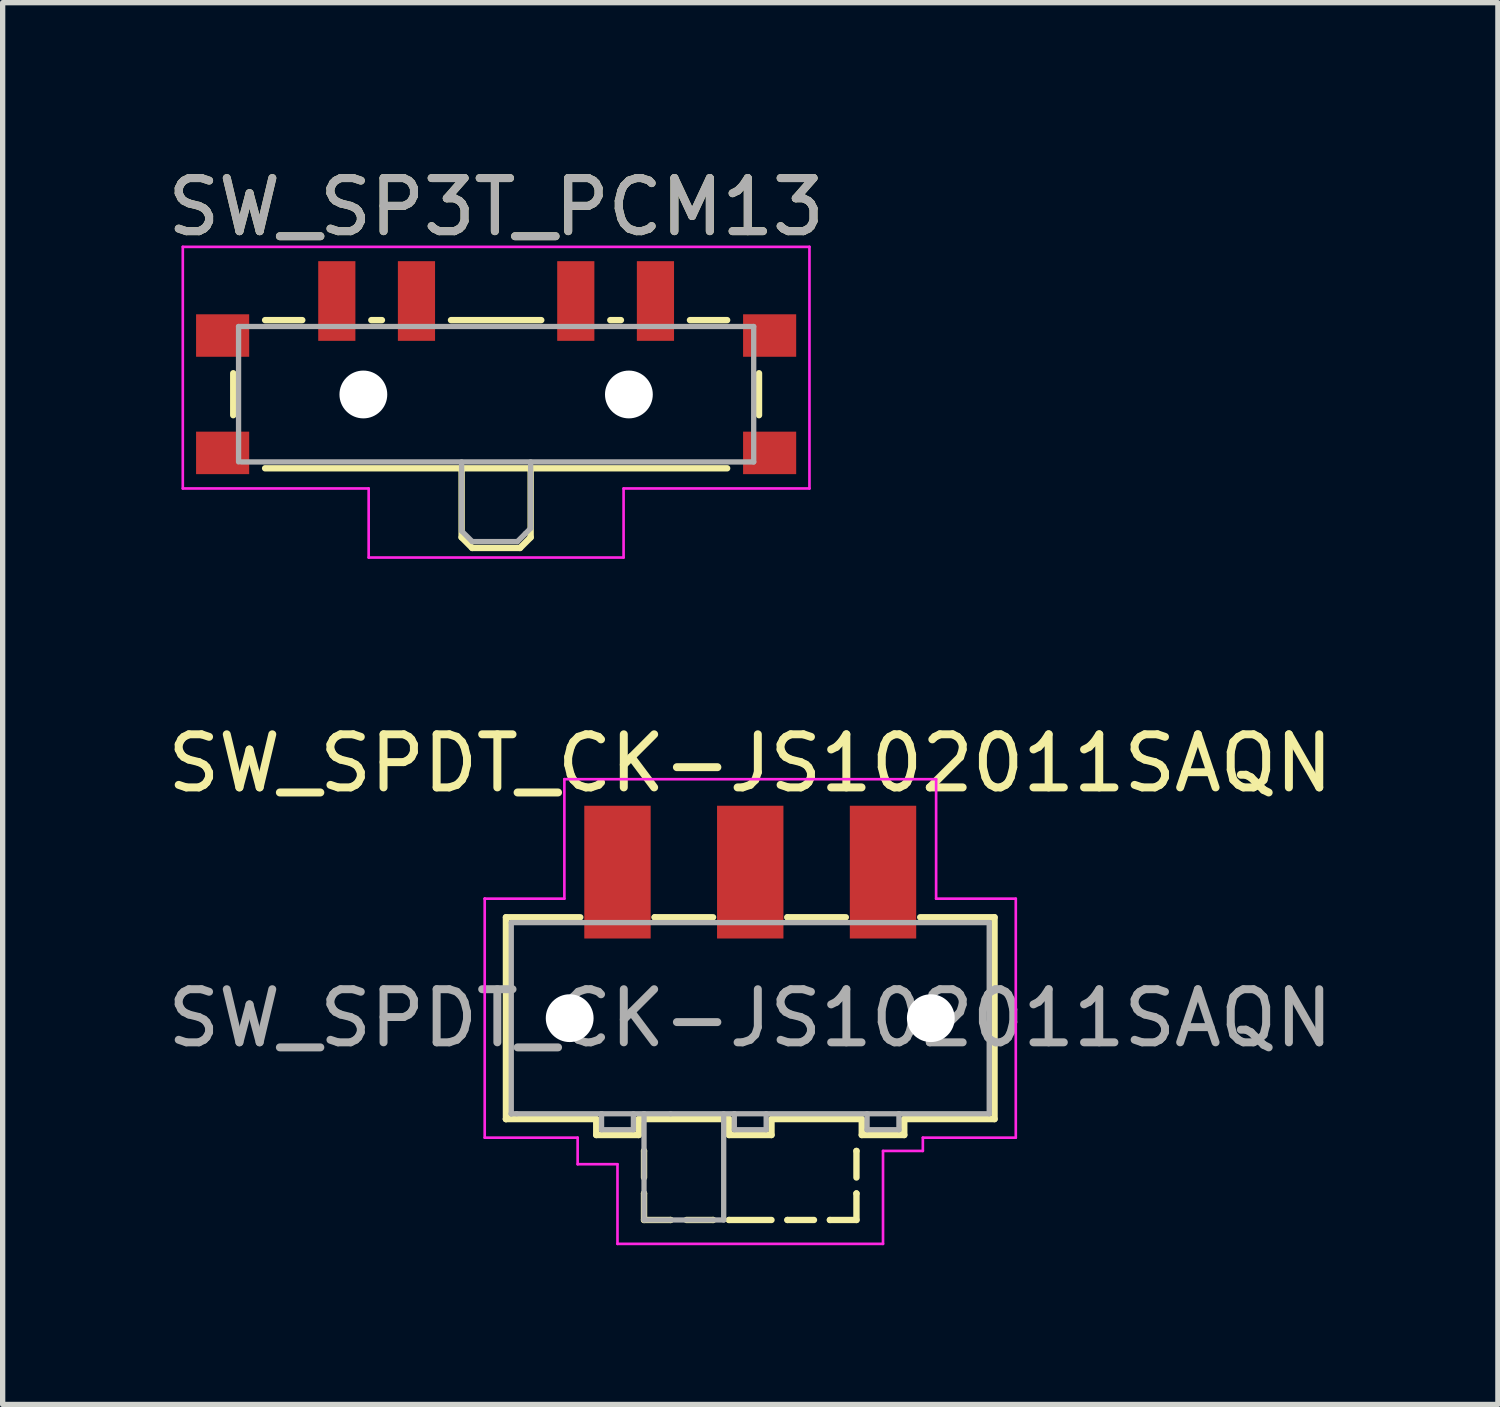
<source format=kicad_pcb>
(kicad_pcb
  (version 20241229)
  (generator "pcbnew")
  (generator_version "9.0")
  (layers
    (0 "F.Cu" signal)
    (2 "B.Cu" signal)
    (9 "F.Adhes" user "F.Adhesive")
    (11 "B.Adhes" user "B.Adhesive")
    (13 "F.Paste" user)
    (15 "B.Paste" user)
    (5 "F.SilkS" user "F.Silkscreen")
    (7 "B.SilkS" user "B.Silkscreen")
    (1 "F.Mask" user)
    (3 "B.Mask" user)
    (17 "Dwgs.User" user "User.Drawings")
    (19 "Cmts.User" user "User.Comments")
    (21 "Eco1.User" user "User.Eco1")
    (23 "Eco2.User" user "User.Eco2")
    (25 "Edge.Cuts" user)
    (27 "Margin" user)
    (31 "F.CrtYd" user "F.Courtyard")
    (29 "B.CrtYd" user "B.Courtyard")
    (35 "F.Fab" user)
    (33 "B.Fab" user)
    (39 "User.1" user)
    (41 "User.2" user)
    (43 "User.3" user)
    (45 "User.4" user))
  (footprint "SW_SP3T_PCM13"
    (layer "F.Cu")
    (at 6.292 3.873)
    (property "Reference" "SW_SP3T_PCM13" (at 0 -3.025 0) (layer "F.SilkS") (effects (font (size 1 1) (thickness 0.15))))
    (attr smd)
    (fp_line (start -4.95 0.105) (end -4.95 0.895) (stroke (width 0.12) (type solid)) (layer "F.SilkS"))
    (fp_line (start -4.35 -0.895) (end -3.65 -0.895) (stroke (width 0.12) (type solid)) (layer "F.SilkS"))
    (fp_line (start -4.35 1.895) (end 4.35 1.895) (stroke (width 0.12) (type solid)) (layer "F.SilkS"))
    (fp_line (start -2.35 -0.895) (end -2.15 -0.895) (stroke (width 0.12) (type solid)) (layer "F.SilkS"))
    (fp_line (start -0.85 -0.895) (end 0.85 -0.895) (stroke (width 0.12) (type solid)) (layer "F.SilkS"))
    (fp_line (start -0.65 1.895) (end -0.65 3.195) (stroke (width 0.12) (type solid)) (layer "F.SilkS"))
    (fp_line (start -0.65 3.195) (end -0.45 3.395) (stroke (width 0.12) (type solid)) (layer "F.SilkS"))
    (fp_line (start 0.45 3.395) (end -0.45 3.395) (stroke (width 0.12) (type solid)) (layer "F.SilkS"))
    (fp_line (start 0.65 3.195) (end 0.45 3.395) (stroke (width 0.12) (type solid)) (layer "F.SilkS"))
    (fp_line (start 0.65 3.195) (end 0.65 1.895) (stroke (width 0.12) (type solid)) (layer "F.SilkS"))
    (fp_line (start 2.15 -0.895) (end 2.35 -0.895) (stroke (width 0.12) (type solid)) (layer "F.SilkS"))
    (fp_line (start 3.65 -0.895) (end 4.35 -0.895) (stroke (width 0.12) (type solid)) (layer "F.SilkS"))
    (fp_line (start 4.95 0.895) (end 4.95 0.105) (stroke (width 0.12) (type solid)) (layer "F.SilkS"))
    (fp_line (start -5.9 -2.275) (end 5.9 -2.275) (stroke (width 0.05) (type solid)) (layer "F.CrtYd"))
    (fp_line (start -5.9 2.275) (end -5.9 -2.275) (stroke (width 0.05) (type solid)) (layer "F.CrtYd"))
    (fp_line (start -2.4 2.275) (end -5.9 2.275) (stroke (width 0.05) (type solid)) (layer "F.CrtYd"))
    (fp_line (start -2.4 3.575) (end -2.4 2.275) (stroke (width 0.05) (type solid)) (layer "F.CrtYd"))
    (fp_line (start 2.4 2.275) (end 2.4 3.575) (stroke (width 0.05) (type solid)) (layer "F.CrtYd"))
    (fp_line (start 2.4 3.575) (end -2.4 3.575) (stroke (width 0.05) (type solid)) (layer "F.CrtYd"))
    (fp_line (start 5.9 -2.275) (end 5.9 2.275) (stroke (width 0.05) (type solid)) (layer "F.CrtYd"))
    (fp_line (start 5.9 2.275) (end 2.4 2.275) (stroke (width 0.05) (type solid)) (layer "F.CrtYd"))
    (fp_line (start -4.85 -0.775) (end 4.85 -0.775) (stroke (width 0.1) (type solid)) (layer "F.Fab"))
    (fp_line (start -4.85 1.775) (end -4.85 -0.775) (stroke (width 0.1) (type solid)) (layer "F.Fab"))
    (fp_line (start -0.65 1.775) (end -0.65 3.075) (stroke (width 0.1) (type solid)) (layer "F.Fab"))
    (fp_line (start -0.65 3.075) (end -0.45 3.275) (stroke (width 0.1) (type solid)) (layer "F.Fab"))
    (fp_line (start -0.45 3.275) (end 0.4 3.275) (stroke (width 0.1) (type solid)) (layer "F.Fab"))
    (fp_line (start 0.4 3.275) (end 0.55 3.125) (stroke (width 0.1) (type solid)) (layer "F.Fab"))
    (fp_line (start 0.55 3.125) (end 0.65 3.025) (stroke (width 0.1) (type solid)) (layer "F.Fab"))
    (fp_line (start 0.65 3.025) (end 0.65 1.775) (stroke (width 0.1) (type solid)) (layer "F.Fab"))
    (fp_line (start 4.85 -0.775) (end 4.85 1.775) (stroke (width 0.1) (type solid)) (layer "F.Fab"))
    (fp_line (start 4.85 1.775) (end -4.8 1.775) (stroke (width 0.1) (type solid)) (layer "F.Fab"))
    (fp_text user "${REFERENCE}" (at 0 -3.025 0) (layer "F.Fab") (effects (font (size 1 1) (thickness 0.15))))
    (pad "" smd rect (at -5.15 -0.605) (size 1 0.8) (layers "F.Cu" "F.Mask" "F.Paste"))
    (pad "" smd rect (at -5.15 1.605) (size 1 0.8) (layers "F.Cu" "F.Mask" "F.Paste"))
    (pad "" np_thru_hole circle (at -2.5 0.505) (size 0.9 0.9) (drill 0.9) (layers "*.Cu" "*.Mask"))
    (pad "" np_thru_hole circle (at 2.5 0.505) (size 0.9 0.9) (drill 0.9) (layers "*.Cu" "*.Mask"))
    (pad "" smd rect (at 5.15 -0.605) (size 1 0.8) (layers "F.Cu" "F.Mask" "F.Paste"))
    (pad "" smd rect (at 5.15 1.605) (size 1 0.8) (layers "F.Cu" "F.Mask" "F.Paste"))
    (pad "1" smd rect (at -3 -1.255) (size 0.7 1.5) (layers "F.Cu" "F.Mask" "F.Paste"))
    (pad "2" smd rect (at -1.5 -1.255) (size 0.7 1.5) (layers "F.Cu" "F.Mask" "F.Paste"))
    (pad "3" smd rect (at 1.5 -1.255) (size 0.7 1.5) (layers "F.Cu" "F.Mask" "F.Paste"))
    (pad "4" smd rect (at 3 -1.255) (size 0.7 1.5) (layers "F.Cu" "F.Mask" "F.Paste")))
  (footprint "SW_SPDT_CK-JS102011SAQN"
    (layer "F.Cu")
    (at 11.077 14.347)
    (property "Reference" "SW_SPDT_CK-JS102011SAQN" (at 0 -3.025 0) (layer "F.SilkS") (effects (font (size 1 1) (thickness 0.15))))
    (attr smd)
    (fp_line (start -4.6 -0.125) (end -3.2 -0.125) (stroke (width 0.12) (type solid)) (layer "F.SilkS"))
    (fp_line (start -4.6 3.675) (end -4.6 -0.125) (stroke (width 0.12) (type solid)) (layer "F.SilkS"))
    (fp_line (start -4.6 3.675) (end -4.6 3.675) (stroke (width 0.12) (type solid)) (layer "F.SilkS"))
    (fp_line (start -2.9 3.675) (end -4.6 3.675) (stroke (width 0.12) (type solid)) (layer "F.SilkS"))
    (fp_line (start -2.9 3.975) (end -2.9 3.675) (stroke (width 0.12) (type solid)) (layer "F.SilkS"))
    (fp_line (start -2.1 3.675) (end -2.1 3.975) (stroke (width 0.12) (type solid)) (layer "F.SilkS"))
    (fp_line (start -2.1 3.975) (end -2.9 3.975) (stroke (width 0.12) (type solid)) (layer "F.SilkS"))
    (fp_line (start -2 4.275) (end -2 4.275) (stroke (width 0.12) (type solid)) (layer "F.SilkS"))
    (fp_line (start -2 4.775) (end -2 4.275) (stroke (width 0.12) (type solid)) (layer "F.SilkS"))
    (fp_line (start -2 5.075) (end -2 5.075) (stroke (width 0.12) (type solid)) (layer "F.SilkS"))
    (fp_line (start -2 5.575) (end -2 5.075) (stroke (width 0.12) (type solid)) (layer "F.SilkS"))
    (fp_line (start -2 5.575) (end -1.5 5.575) (stroke (width 0.12) (type solid)) (layer "F.SilkS"))
    (fp_line (start -1.8 -0.125) (end -1.8 -0.125) (stroke (width 0.12) (type solid)) (layer "F.SilkS"))
    (fp_line (start -1.5 5.575) (end -1.5 5.575) (stroke (width 0.12) (type solid)) (layer "F.SilkS"))
    (fp_line (start -1.2 5.575) (end -0.7 5.575) (stroke (width 0.12) (type solid)) (layer "F.SilkS"))
    (fp_line (start -0.7 -0.125) (end -1.8 -0.125) (stroke (width 0.12) (type solid)) (layer "F.SilkS"))
    (fp_line (start -0.7 5.575) (end -0.7 5.575) (stroke (width 0.12) (type solid)) (layer "F.SilkS"))
    (fp_line (start -0.4 3.675) (end -2.1 3.675) (stroke (width 0.12) (type solid)) (layer "F.SilkS"))
    (fp_line (start -0.4 3.975) (end -0.4 3.675) (stroke (width 0.12) (type solid)) (layer "F.SilkS"))
    (fp_line (start -0.4 5.575) (end -0.4 5.575) (stroke (width 0.12) (type solid)) (layer "F.SilkS"))
    (fp_line (start 0.4 3.675) (end 0.4 3.975) (stroke (width 0.12) (type solid)) (layer "F.SilkS"))
    (fp_line (start 0.4 3.975) (end -0.4 3.975) (stroke (width 0.12) (type solid)) (layer "F.SilkS"))
    (fp_line (start 0.4 5.575) (end -0.4 5.575) (stroke (width 0.12) (type solid)) (layer "F.SilkS"))
    (fp_line (start 0.7 -0.125) (end 0.7 -0.125) (stroke (width 0.12) (type solid)) (layer "F.SilkS"))
    (fp_line (start 0.7 5.575) (end 0.7 5.575) (stroke (width 0.12) (type solid)) (layer "F.SilkS"))
    (fp_line (start 1.2 5.575) (end 0.7 5.575) (stroke (width 0.12) (type solid)) (layer "F.SilkS"))
    (fp_line (start 1.5 5.575) (end 1.5 5.575) (stroke (width 0.12) (type solid)) (layer "F.SilkS"))
    (fp_line (start 1.8 -0.125) (end 0.7 -0.125) (stroke (width 0.12) (type solid)) (layer "F.SilkS"))
    (fp_line (start 2 4.275) (end 2 4.275) (stroke (width 0.12) (type solid)) (layer "F.SilkS"))
    (fp_line (start 2 4.775) (end 2 4.275) (stroke (width 0.12) (type solid)) (layer "F.SilkS"))
    (fp_line (start 2 5.075) (end 2 5.075) (stroke (width 0.12) (type solid)) (layer "F.SilkS"))
    (fp_line (start 2 5.575) (end 1.5 5.575) (stroke (width 0.12) (type solid)) (layer "F.SilkS"))
    (fp_line (start 2 5.575) (end 2 5.075) (stroke (width 0.12) (type solid)) (layer "F.SilkS"))
    (fp_line (start 2.1 3.675) (end 0.4 3.675) (stroke (width 0.12) (type solid)) (layer "F.SilkS"))
    (fp_line (start 2.1 3.975) (end 2.1 3.675) (stroke (width 0.12) (type solid)) (layer "F.SilkS"))
    (fp_line (start 2.9 3.675) (end 2.9 3.975) (stroke (width 0.12) (type solid)) (layer "F.SilkS"))
    (fp_line (start 2.9 3.975) (end 2.1 3.975) (stroke (width 0.12) (type solid)) (layer "F.SilkS"))
    (fp_line (start 3.2 -0.125) (end 4.6 -0.125) (stroke (width 0.12) (type solid)) (layer "F.SilkS"))
    (fp_line (start 4.6 -0.125) (end 4.6 3.675) (stroke (width 0.12) (type solid)) (layer "F.SilkS"))
    (fp_line (start 4.6 3.675) (end 2.9 3.675) (stroke (width 0.12) (type solid)) (layer "F.SilkS"))
    (fp_line (start -5 -0.475) (end -5 -0.475) (stroke (width 0.05) (type solid)) (layer "F.CrtYd"))
    (fp_line (start -5 -0.475) (end -5 4.025) (stroke (width 0.05) (type solid)) (layer "F.CrtYd"))
    (fp_line (start -5 4.025) (end -3.25 4.025) (stroke (width 0.05) (type solid)) (layer "F.CrtYd"))
    (fp_line (start -3.5 -2.725) (end -3.5 -0.475) (stroke (width 0.05) (type solid)) (layer "F.CrtYd"))
    (fp_line (start -3.5 -0.475) (end -5 -0.475) (stroke (width 0.05) (type solid)) (layer "F.CrtYd"))
    (fp_line (start -3.25 4.025) (end -3.25 4.525) (stroke (width 0.05) (type solid)) (layer "F.CrtYd"))
    (fp_line (start -3.25 4.525) (end -2.5 4.525) (stroke (width 0.05) (type solid)) (layer "F.CrtYd"))
    (fp_line (start -2.5 4.525) (end -2.5 6.025) (stroke (width 0.05) (type solid)) (layer "F.CrtYd"))
    (fp_line (start -2.5 6.025) (end 2.5 6.025) (stroke (width 0.05) (type solid)) (layer "F.CrtYd"))
    (fp_line (start 2.5 4.275) (end 3.25 4.275) (stroke (width 0.05) (type solid)) (layer "F.CrtYd"))
    (fp_line (start 2.5 6.025) (end 2.5 4.275) (stroke (width 0.05) (type solid)) (layer "F.CrtYd"))
    (fp_line (start 3.25 4.025) (end 5 4.025) (stroke (width 0.05) (type solid)) (layer "F.CrtYd"))
    (fp_line (start 3.25 4.275) (end 3.25 4.025) (stroke (width 0.05) (type solid)) (layer "F.CrtYd"))
    (fp_line (start 3.5 -2.725) (end -3.5 -2.725) (stroke (width 0.05) (type solid)) (layer "F.CrtYd"))
    (fp_line (start 3.5 -0.475) (end 3.5 -2.725) (stroke (width 0.05) (type solid)) (layer "F.CrtYd"))
    (fp_line (start 5 -0.475) (end 3.5 -0.475) (stroke (width 0.05) (type solid)) (layer "F.CrtYd"))
    (fp_line (start 5 4.025) (end 5 -0.475) (stroke (width 0.05) (type solid)) (layer "F.CrtYd"))
    (fp_line (start -4.5 -0.025) (end -4.5 3.575) (stroke (width 0.1) (type solid)) (layer "F.Fab"))
    (fp_line (start -4.5 -0.025) (end 4.5 -0.025) (stroke (width 0.1) (type solid)) (layer "F.Fab"))
    (fp_line (start -4.5 3.575) (end -4.5 3.575) (stroke (width 0.1) (type solid)) (layer "F.Fab"))
    (fp_line (start -4.5 3.575) (end -4.5 3.575) (stroke (width 0.1) (type solid)) (layer "F.Fab"))
    (fp_line (start -4.4 3.575) (end -4.5 3.575) (stroke (width 0.1) (type solid)) (layer "F.Fab"))
    (fp_line (start -2.8 3.575) (end -2.8 3.575) (stroke (width 0.1) (type solid)) (layer "F.Fab"))
    (fp_line (start -2.8 3.875) (end -2.8 3.575) (stroke (width 0.1) (type solid)) (layer "F.Fab"))
    (fp_line (start -2.2 3.575) (end -2.2 3.875) (stroke (width 0.1) (type solid)) (layer "F.Fab"))
    (fp_line (start -2.2 3.875) (end -2.8 3.875) (stroke (width 0.1) (type solid)) (layer "F.Fab"))
    (fp_line (start -2 3.575) (end -2 3.575) (stroke (width 0.1) (type solid)) (layer "F.Fab"))
    (fp_line (start -2 5.575) (end -2 3.575) (stroke (width 0.1) (type solid)) (layer "F.Fab"))
    (fp_line (start -1.5 3.575) (end -1.5 3.575) (stroke (width 0.1) (type solid)) (layer "F.Fab"))
    (fp_line (start -0.5 3.575) (end -0.5 5.575) (stroke (width 0.1) (type solid)) (layer "F.Fab"))
    (fp_line (start -0.5 5.575) (end -2 5.575) (stroke (width 0.1) (type solid)) (layer "F.Fab"))
    (fp_line (start -0.3 3.575) (end -0.3 3.575) (stroke (width 0.1) (type solid)) (layer "F.Fab"))
    (fp_line (start -0.3 3.875) (end -0.3 3.575) (stroke (width 0.1) (type solid)) (layer "F.Fab"))
    (fp_line (start 0.3 3.575) (end 0.3 3.875) (stroke (width 0.1) (type solid)) (layer "F.Fab"))
    (fp_line (start 0.3 3.875) (end -0.3 3.875) (stroke (width 0.1) (type solid)) (layer "F.Fab"))
    (fp_line (start 2.2 3.575) (end 2.2 3.875) (stroke (width 0.1) (type solid)) (layer "F.Fab"))
    (fp_line (start 2.2 3.875) (end 2.8 3.875) (stroke (width 0.1) (type solid)) (layer "F.Fab"))
    (fp_line (start 2.8 3.575) (end 2.8 3.575) (stroke (width 0.1) (type solid)) (layer "F.Fab"))
    (fp_line (start 2.8 3.875) (end 2.8 3.575) (stroke (width 0.1) (type solid)) (layer "F.Fab"))
    (fp_line (start 4.5 -0.025) (end 4.5 3.575) (stroke (width 0.1) (type solid)) (layer "F.Fab"))
    (fp_line (start 4.5 3.575) (end -4.4 3.575) (stroke (width 0.1) (type solid)) (layer "F.Fab"))
    (fp_text user "${REFERENCE}" (at 0 1.775 0) (layer "F.Fab") (effects (font (size 1 1) (thickness 0.15))))
    (pad "" np_thru_hole circle (at -3.4 1.775) (size 0.9 0.9) (drill 0.9) (layers "*.Cu" "*.Mask"))
    (pad "" np_thru_hole circle (at 3.4 1.775) (size 0.9 0.9) (drill 0.9) (layers "*.Cu" "*.Mask"))
    (pad "1" smd rect (at -2.5 -0.975) (size 1.25 2.5) (layers "F.Cu" "F.Mask" "F.Paste"))
    (pad "2" smd rect (at 0 -0.975) (size 1.25 2.5) (layers "F.Cu" "F.Mask" "F.Paste"))
    (pad "3" smd rect (at 2.5 -0.975) (size 1.25 2.5) (layers "F.Cu" "F.Mask" "F.Paste")))
  (gr_rect
    (start -3 -3)
    (end 25.155 23.396)
    (stroke (width 0.1) (type default))
    (fill no)
    (layer "Edge.Cuts")))
</source>
